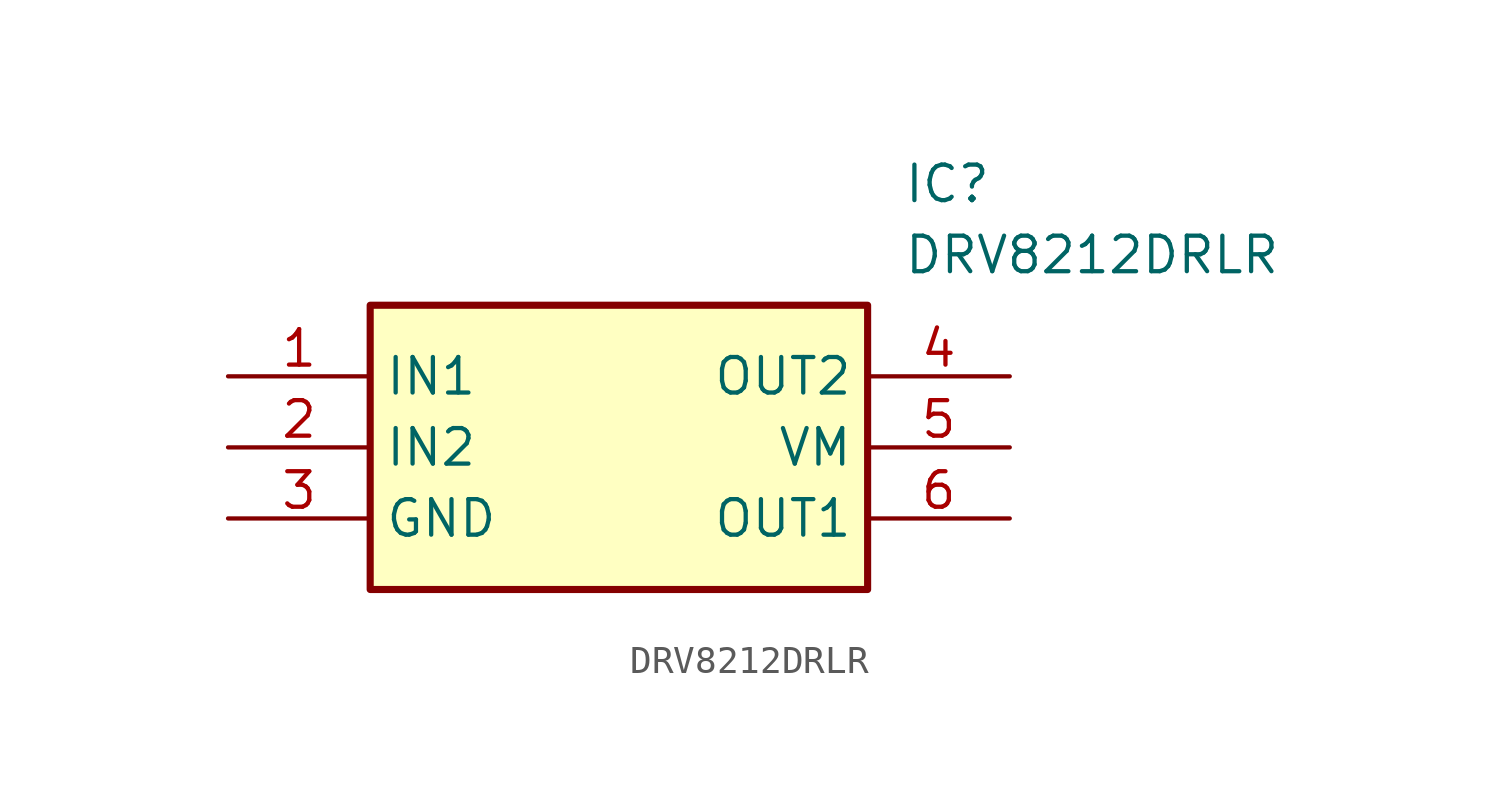
<source format=kicad_sym>
(kicad_symbol_lib
  (version 20220914)
  (generator SamacSys_ECAD_Model)
  (symbol "DRV8212DRLR"
    (property "Reference" "IC"
      (at 24.13 7.62 0)
      (effects (font (size 1.27 1.27)) (justify left top)))
    (property "Value" "DRV8212DRLR"
      (at 24.13 5.08 0)
      (effects (font (size 1.27 1.27)) (justify left top)))
    (rectangle
      (start 5.08 2.54)
      (end 22.86 -7.62)
      (stroke (width 0.254) (type default))
      (fill (type background)))
    (pin passive line
      (at 0 0 0)
      (length 5.08)
      (name "IN1" (effects (font (size 1.27 1.27))))
      (number "1" (effects (font (size 1.27 1.27)))))
    (pin passive line
      (at 0 -2.54 0)
      (length 5.08)
      (name "IN2" (effects (font (size 1.27 1.27))))
      (number "2" (effects (font (size 1.27 1.27)))))
    (pin passive line
      (at 0 -5.08 0)
      (length 5.08)
      (name "GND" (effects (font (size 1.27 1.27))))
      (number "3" (effects (font (size 1.27 1.27)))))
    (pin passive line
      (at 27.94 0 180)
      (length 5.08)
      (name "OUT2" (effects (font (size 1.27 1.27))))
      (number "4" (effects (font (size 1.27 1.27)))))
    (pin passive line
      (at 27.94 -2.54 180)
      (length 5.08)
      (name "VM" (effects (font (size 1.27 1.27))))
      (number "5" (effects (font (size 1.27 1.27)))))
    (pin passive line
      (at 27.94 -5.08 180)
      (length 5.08)
      (name "OUT1" (effects (font (size 1.27 1.27))))
      (number "6" (effects (font (size 1.27 1.27)))))))
</source>
